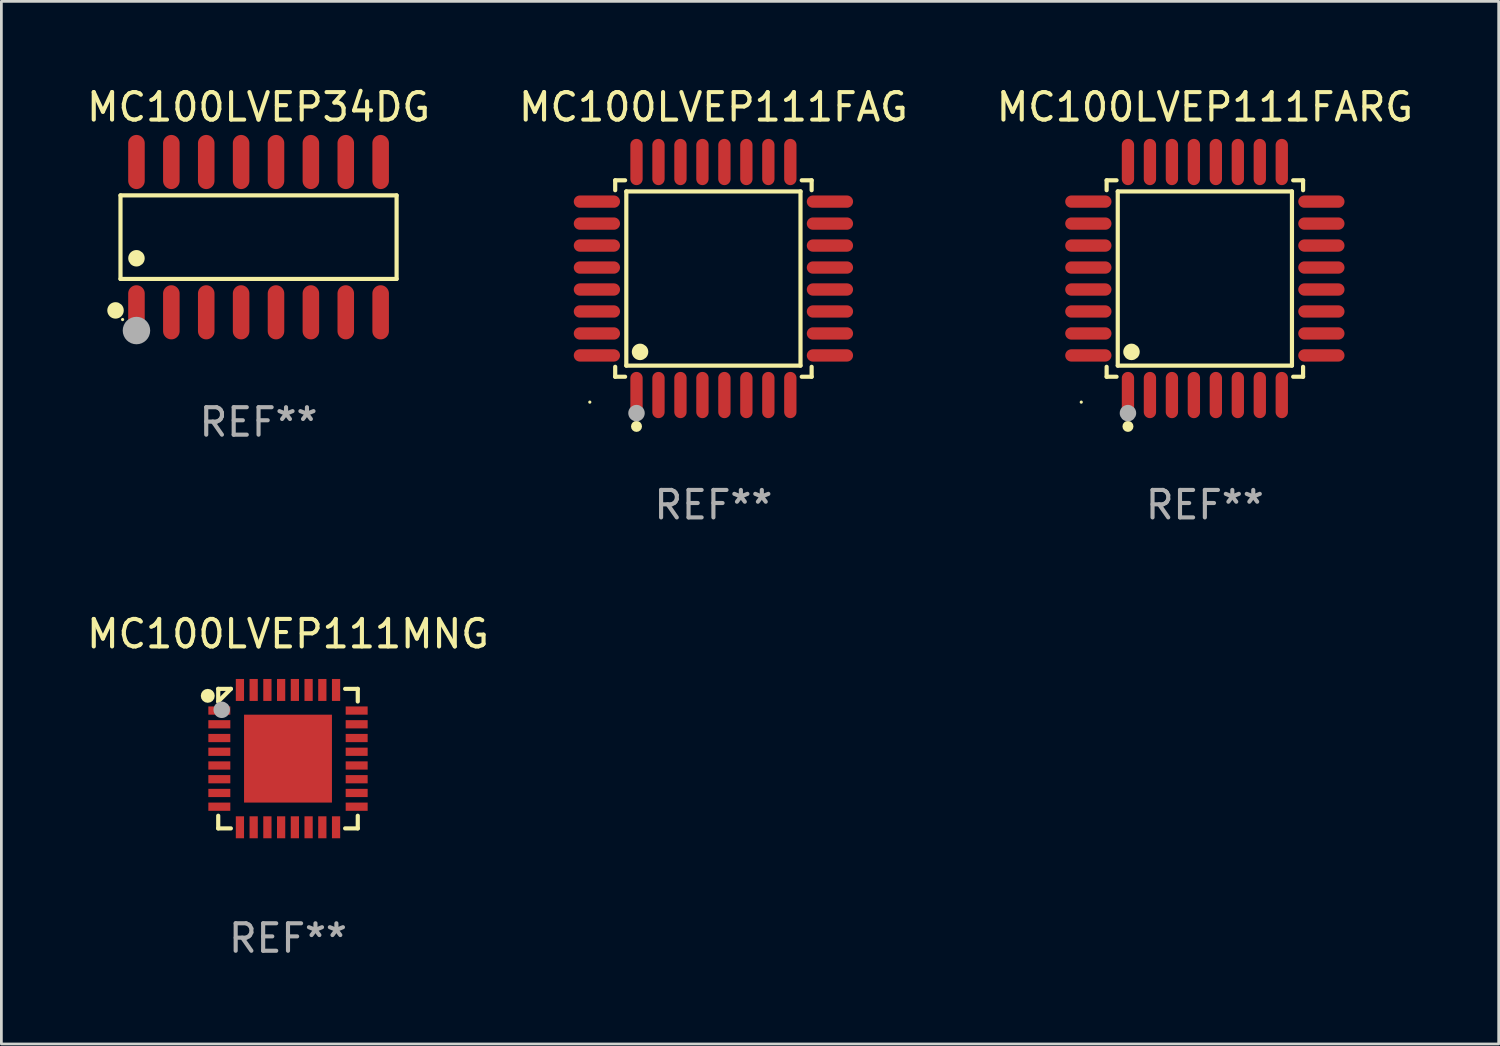
<source format=kicad_pcb>
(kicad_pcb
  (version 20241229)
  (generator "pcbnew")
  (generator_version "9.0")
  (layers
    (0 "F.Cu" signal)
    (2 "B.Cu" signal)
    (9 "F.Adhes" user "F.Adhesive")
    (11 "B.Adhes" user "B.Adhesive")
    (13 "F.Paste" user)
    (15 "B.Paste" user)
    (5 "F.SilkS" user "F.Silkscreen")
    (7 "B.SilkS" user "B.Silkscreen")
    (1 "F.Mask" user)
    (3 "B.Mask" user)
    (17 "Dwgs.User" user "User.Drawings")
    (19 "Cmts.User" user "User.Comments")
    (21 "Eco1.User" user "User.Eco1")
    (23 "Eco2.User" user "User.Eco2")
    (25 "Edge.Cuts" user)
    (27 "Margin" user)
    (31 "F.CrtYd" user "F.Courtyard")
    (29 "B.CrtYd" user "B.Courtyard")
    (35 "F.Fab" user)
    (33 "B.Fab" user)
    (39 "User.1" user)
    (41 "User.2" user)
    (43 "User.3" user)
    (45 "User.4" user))
  (footprint "MC100LVEP34DG"
    (layer "F.Cu")
    (at 6.363 5.584)
    (property "Reference" "MC100LVEP34DG" (at 0 -4.736 0) (layer "F.SilkS") (effects (font (size 1 1) (thickness 0.15))))
    (attr through_hole)
    (fp_line (start -5.026 -1.521) (end 5.026 -1.521) (stroke (width 0.152) (type solid)) (layer "F.SilkS"))
    (fp_line (start -5.026 1.521) (end -5.026 -1.521) (stroke (width 0.152) (type solid)) (layer "F.SilkS"))
    (fp_line (start 5.026 -1.521) (end 5.026 1.521) (stroke (width 0.152) (type solid)) (layer "F.SilkS"))
    (fp_line (start 5.026 1.521) (end -5.026 1.521) (stroke (width 0.152) (type solid)) (layer "F.SilkS"))
    (fp_circle (center -5.207 2.667) (end -5.057 2.667) (stroke (width 0.3) (type solid)) (fill no) (layer "F.SilkS"))
    (fp_circle (center -4.95 3) (end -4.92 3) (stroke (width 0.06) (type solid)) (fill no) (layer "F.SilkS"))
    (fp_circle (center -4.445 0.769) (end -4.295 0.769) (stroke (width 0.3) (type solid)) (fill no) (layer "F.SilkS"))
    (fp_circle (center -4.445 3.4) (end -4.195 3.4) (stroke (width 0.5) (type solid)) (fill no) (layer "F.Fab"))
    (fp_text user "REF**" (at 0 6.736 0) (layer "F.Fab") (effects (font (size 1 1) (thickness 0.15))))
    (pad "1" smd oval (at -4.445 2.736) (size 0.602 1.971) (layers "F.Cu" "F.Mask" "F.Paste"))
    (pad "2" smd oval (at -3.175 2.736) (size 0.602 1.971) (layers "F.Cu" "F.Mask" "F.Paste"))
    (pad "3" smd oval (at -1.905 2.736) (size 0.602 1.971) (layers "F.Cu" "F.Mask" "F.Paste"))
    (pad "4" smd oval (at -0.635 2.736) (size 0.602 1.971) (layers "F.Cu" "F.Mask" "F.Paste"))
    (pad "5" smd oval (at 0.635 2.736) (size 0.602 1.971) (layers "F.Cu" "F.Mask" "F.Paste"))
    (pad "6" smd oval (at 1.905 2.736) (size 0.602 1.971) (layers "F.Cu" "F.Mask" "F.Paste"))
    (pad "7" smd oval (at 3.175 2.736) (size 0.602 1.971) (layers "F.Cu" "F.Mask" "F.Paste"))
    (pad "8" smd oval (at 4.445 2.736) (size 0.602 1.971) (layers "F.Cu" "F.Mask" "F.Paste"))
    (pad "9" smd oval (at 4.445 -2.736) (size 0.602 1.971) (layers "F.Cu" "F.Mask" "F.Paste"))
    (pad "10" smd oval (at 3.175 -2.736) (size 0.602 1.971) (layers "F.Cu" "F.Mask" "F.Paste"))
    (pad "11" smd oval (at 1.905 -2.736) (size 0.602 1.971) (layers "F.Cu" "F.Mask" "F.Paste"))
    (pad "12" smd oval (at 0.635 -2.736) (size 0.602 1.971) (layers "F.Cu" "F.Mask" "F.Paste"))
    (pad "13" smd oval (at -0.635 -2.736) (size 0.602 1.971) (layers "F.Cu" "F.Mask" "F.Paste"))
    (pad "14" smd oval (at -1.905 -2.736) (size 0.602 1.971) (layers "F.Cu" "F.Mask" "F.Paste"))
    (pad "15" smd oval (at -3.175 -2.736) (size 0.602 1.971) (layers "F.Cu" "F.Mask" "F.Paste"))
    (pad "16" smd oval (at -4.445 -2.736) (size 0.602 1.971) (layers "F.Cu" "F.Mask" "F.Paste")))
  (footprint "MC100LVEP111MNG"
    (layer "F.Cu")
    (at 7.435 24.569)
    (property "Reference" "MC100LVEP111MNG" (at 0 -4.54 0) (layer "F.SilkS") (effects (font (size 1 1) (thickness 0.15))))
    (attr through_hole)
    (fp_line (start -2.54 -2.54) (end -2.08 -2.54) (stroke (width 0.152) (type solid)) (layer "F.SilkS"))
    (fp_line (start -2.54 -2.08) (end -2.54 -2.54) (stroke (width 0.152) (type solid)) (layer "F.SilkS"))
    (fp_line (start -2.54 -2.08) (end -2.08 -2.54) (stroke (width 0.152) (type solid)) (layer "F.SilkS"))
    (fp_line (start -2.54 2.54) (end -2.54 2.08) (stroke (width 0.152) (type solid)) (layer "F.SilkS"))
    (fp_line (start -2.08 2.54) (end -2.54 2.54) (stroke (width 0.152) (type solid)) (layer "F.SilkS"))
    (fp_line (start 2.08 -2.54) (end 2.54 -2.54) (stroke (width 0.152) (type solid)) (layer "F.SilkS"))
    (fp_line (start 2.54 -2.54) (end 2.54 -2.08) (stroke (width 0.152) (type solid)) (layer "F.SilkS"))
    (fp_line (start 2.54 2.08) (end 2.54 2.54) (stroke (width 0.152) (type solid)) (layer "F.SilkS"))
    (fp_line (start 2.54 2.54) (end 2.08 2.54) (stroke (width 0.152) (type solid)) (layer "F.SilkS"))
    (fp_circle (center -2.921 -2.286) (end -2.794 -2.286) (stroke (width 0.254) (type solid)) (fill no) (layer "F.SilkS"))
    (fp_circle (center -2.5 -2.5) (end -2.47 -2.5) (stroke (width 0.06) (type solid)) (fill no) (layer "F.SilkS"))
    (fp_circle (center -2.413 -1.778) (end -2.263 -1.778) (stroke (width 0.3) (type solid)) (fill no) (layer "F.Fab"))
    (fp_text user "REF**" (at 0 6.54 0) (layer "F.Fab") (effects (font (size 1 1) (thickness 0.15))))
    (pad "1" smd rect (at -2.5 -1.75 90) (size 0.3 0.8) (layers "F.Cu" "F.Mask" "F.Paste"))
    (pad "2" smd rect (at -2.5 -1.25 90) (size 0.3 0.8) (layers "F.Cu" "F.Mask" "F.Paste"))
    (pad "3" smd rect (at -2.5 -0.75 90) (size 0.3 0.8) (layers "F.Cu" "F.Mask" "F.Paste"))
    (pad "4" smd rect (at -2.5 -0.25 90) (size 0.3 0.8) (layers "F.Cu" "F.Mask" "F.Paste"))
    (pad "5" smd rect (at -2.5 0.25 90) (size 0.3 0.8) (layers "F.Cu" "F.Mask" "F.Paste"))
    (pad "6" smd rect (at -2.5 0.75 90) (size 0.3 0.8) (layers "F.Cu" "F.Mask" "F.Paste"))
    (pad "7" smd rect (at -2.5 1.25 90) (size 0.3 0.8) (layers "F.Cu" "F.Mask" "F.Paste"))
    (pad "8" smd rect (at -2.5 1.75 90) (size 0.3 0.8) (layers "F.Cu" "F.Mask" "F.Paste"))
    (pad "9" smd rect (at -1.75 2.5 180) (size 0.3 0.8) (layers "F.Cu" "F.Mask" "F.Paste"))
    (pad "10" smd rect (at -1.25 2.5 180) (size 0.3 0.8) (layers "F.Cu" "F.Mask" "F.Paste"))
    (pad "11" smd rect (at -0.75 2.5 180) (size 0.3 0.8) (layers "F.Cu" "F.Mask" "F.Paste"))
    (pad "12" smd rect (at -0.25 2.5 180) (size 0.3 0.8) (layers "F.Cu" "F.Mask" "F.Paste"))
    (pad "13" smd rect (at 0.25 2.5 180) (size 0.3 0.8) (layers "F.Cu" "F.Mask" "F.Paste"))
    (pad "14" smd rect (at 0.75 2.5 180) (size 0.3 0.8) (layers "F.Cu" "F.Mask" "F.Paste"))
    (pad "15" smd rect (at 1.25 2.5 180) (size 0.3 0.8) (layers "F.Cu" "F.Mask" "F.Paste"))
    (pad "16" smd rect (at 1.75 2.5 180) (size 0.3 0.8) (layers "F.Cu" "F.Mask" "F.Paste"))
    (pad "17" smd rect (at 2.5 1.75 270) (size 0.3 0.8) (layers "F.Cu" "F.Mask" "F.Paste"))
    (pad "18" smd rect (at 2.5 1.25 270) (size 0.3 0.8) (layers "F.Cu" "F.Mask" "F.Paste"))
    (pad "19" smd rect (at 2.5 0.75 270) (size 0.3 0.8) (layers "F.Cu" "F.Mask" "F.Paste"))
    (pad "20" smd rect (at 2.5 0.25 270) (size 0.3 0.8) (layers "F.Cu" "F.Mask" "F.Paste"))
    (pad "21" smd rect (at 2.5 -0.25 270) (size 0.3 0.8) (layers "F.Cu" "F.Mask" "F.Paste"))
    (pad "22" smd rect (at 2.5 -0.75 270) (size 0.3 0.8) (layers "F.Cu" "F.Mask" "F.Paste"))
    (pad "23" smd rect (at 2.5 -1.25 270) (size 0.3 0.8) (layers "F.Cu" "F.Mask" "F.Paste"))
    (pad "24" smd rect (at 2.5 -1.75 270) (size 0.3 0.8) (layers "F.Cu" "F.Mask" "F.Paste"))
    (pad "25" smd rect (at 1.75 -2.5) (size 0.3 0.8) (layers "F.Cu" "F.Mask" "F.Paste"))
    (pad "26" smd rect (at 1.25 -2.5) (size 0.3 0.8) (layers "F.Cu" "F.Mask" "F.Paste"))
    (pad "27" smd rect (at 0.75 -2.5) (size 0.3 0.8) (layers "F.Cu" "F.Mask" "F.Paste"))
    (pad "28" smd rect (at 0.25 -2.5) (size 0.3 0.8) (layers "F.Cu" "F.Mask" "F.Paste"))
    (pad "29" smd rect (at -0.25 -2.5) (size 0.3 0.8) (layers "F.Cu" "F.Mask" "F.Paste"))
    (pad "30" smd rect (at -0.75 -2.5) (size 0.3 0.8) (layers "F.Cu" "F.Mask" "F.Paste"))
    (pad "31" smd rect (at -1.25 -2.5) (size 0.3 0.8) (layers "F.Cu" "F.Mask" "F.Paste"))
    (pad "32" smd rect (at -1.75 -2.5) (size 0.3 0.8) (layers "F.Cu" "F.Mask" "F.Paste"))
    (pad "33" smd rect (at 0 0 90) (size 3.2 3.2) (layers "F.Cu" "F.Mask" "F.Paste")))
  (footprint "MC100LVEP111FARG"
    (layer "F.Cu")
    (at 40.815 7.09)
    (property "Reference" "MC100LVEP111FARG" (at 0 -6.242 0) (layer "F.SilkS") (effects (font (size 1 1) (thickness 0.15))))
    (attr through_hole)
    (fp_line (start -3.576 -3.576) (end -3.215 -3.576) (stroke (width 0.152) (type solid)) (layer "F.SilkS"))
    (fp_line (start -3.576 -3.215) (end -3.576 -3.576) (stroke (width 0.152) (type solid)) (layer "F.SilkS"))
    (fp_line (start -3.576 3.215) (end -3.576 3.576) (stroke (width 0.152) (type solid)) (layer "F.SilkS"))
    (fp_line (start -3.576 3.576) (end -3.215 3.576) (stroke (width 0.152) (type solid)) (layer "F.SilkS"))
    (fp_line (start -3.171 -3.171) (end 3.171 -3.171) (stroke (width 0.152) (type solid)) (layer "F.SilkS"))
    (fp_line (start -3.171 3.171) (end -3.171 -3.171) (stroke (width 0.152) (type solid)) (layer "F.SilkS"))
    (fp_line (start 3.171 -3.171) (end 3.171 3.171) (stroke (width 0.152) (type solid)) (layer "F.SilkS"))
    (fp_line (start 3.171 3.171) (end -3.171 3.171) (stroke (width 0.152) (type solid)) (layer "F.SilkS"))
    (fp_line (start 3.576 -3.576) (end 3.215 -3.576) (stroke (width 0.152) (type solid)) (layer "F.SilkS"))
    (fp_line (start 3.576 -3.215) (end 3.576 -3.576) (stroke (width 0.152) (type solid)) (layer "F.SilkS"))
    (fp_line (start 3.576 3.215) (end 3.576 3.576) (stroke (width 0.152) (type solid)) (layer "F.SilkS"))
    (fp_line (start 3.576 3.576) (end 3.215 3.576) (stroke (width 0.152) (type solid)) (layer "F.SilkS"))
    (fp_circle (center -4.5 4.5) (end -4.47 4.5) (stroke (width 0.06) (type solid)) (fill no) (layer "F.SilkS"))
    (fp_circle (center -2.8 5.384) (end -2.7 5.384) (stroke (width 0.2) (type solid)) (fill no) (layer "F.SilkS"))
    (fp_circle (center -2.671 2.671) (end -2.521 2.671) (stroke (width 0.3) (type solid)) (fill no) (layer "F.SilkS"))
    (fp_circle (center -2.8 4.9) (end -2.65 4.9) (stroke (width 0.3) (type solid)) (fill no) (layer "F.Fab"))
    (fp_text user "REF**" (at 0 8.242 0) (layer "F.Fab") (effects (font (size 1 1) (thickness 0.15))))
    (pad "1" smd oval (at -2.8 4.242) (size 0.448 1.684) (layers "F.Cu" "F.Mask" "F.Paste"))
    (pad "2" smd oval (at -2 4.242) (size 0.448 1.684) (layers "F.Cu" "F.Mask" "F.Paste"))
    (pad "3" smd oval (at -1.2 4.242) (size 0.448 1.684) (layers "F.Cu" "F.Mask" "F.Paste"))
    (pad "4" smd oval (at -0.4 4.242) (size 0.448 1.684) (layers "F.Cu" "F.Mask" "F.Paste"))
    (pad "5" smd oval (at 0.4 4.242) (size 0.448 1.684) (layers "F.Cu" "F.Mask" "F.Paste"))
    (pad "6" smd oval (at 1.2 4.242) (size 0.448 1.684) (layers "F.Cu" "F.Mask" "F.Paste"))
    (pad "7" smd oval (at 2 4.242) (size 0.448 1.684) (layers "F.Cu" "F.Mask" "F.Paste"))
    (pad "8" smd oval (at 2.8 4.242) (size 0.448 1.684) (layers "F.Cu" "F.Mask" "F.Paste"))
    (pad "9" smd oval (at 4.242 2.8) (size 1.684 0.448) (layers "F.Cu" "F.Mask" "F.Paste"))
    (pad "10" smd oval (at 4.242 2) (size 1.684 0.448) (layers "F.Cu" "F.Mask" "F.Paste"))
    (pad "11" smd oval (at 4.242 1.2) (size 1.684 0.448) (layers "F.Cu" "F.Mask" "F.Paste"))
    (pad "12" smd oval (at 4.242 0.4) (size 1.684 0.448) (layers "F.Cu" "F.Mask" "F.Paste"))
    (pad "13" smd oval (at 4.242 -0.4) (size 1.684 0.448) (layers "F.Cu" "F.Mask" "F.Paste"))
    (pad "14" smd oval (at 4.242 -1.2) (size 1.684 0.448) (layers "F.Cu" "F.Mask" "F.Paste"))
    (pad "15" smd oval (at 4.242 -2) (size 1.684 0.448) (layers "F.Cu" "F.Mask" "F.Paste"))
    (pad "16" smd oval (at 4.242 -2.8) (size 1.684 0.448) (layers "F.Cu" "F.Mask" "F.Paste"))
    (pad "17" smd oval (at 2.8 -4.242) (size 0.448 1.684) (layers "F.Cu" "F.Mask" "F.Paste"))
    (pad "18" smd oval (at 2 -4.242) (size 0.448 1.684) (layers "F.Cu" "F.Mask" "F.Paste"))
    (pad "19" smd oval (at 1.2 -4.242) (size 0.448 1.684) (layers "F.Cu" "F.Mask" "F.Paste"))
    (pad "20" smd oval (at 0.4 -4.242) (size 0.448 1.684) (layers "F.Cu" "F.Mask" "F.Paste"))
    (pad "21" smd oval (at -0.4 -4.242) (size 0.448 1.684) (layers "F.Cu" "F.Mask" "F.Paste"))
    (pad "22" smd oval (at -1.2 -4.242) (size 0.448 1.684) (layers "F.Cu" "F.Mask" "F.Paste"))
    (pad "23" smd oval (at -2 -4.242) (size 0.448 1.684) (layers "F.Cu" "F.Mask" "F.Paste"))
    (pad "24" smd oval (at -2.8 -4.242) (size 0.448 1.684) (layers "F.Cu" "F.Mask" "F.Paste"))
    (pad "25" smd oval (at -4.242 -2.8) (size 1.684 0.448) (layers "F.Cu" "F.Mask" "F.Paste"))
    (pad "26" smd oval (at -4.242 -2) (size 1.684 0.448) (layers "F.Cu" "F.Mask" "F.Paste"))
    (pad "27" smd oval (at -4.242 -1.2) (size 1.684 0.448) (layers "F.Cu" "F.Mask" "F.Paste"))
    (pad "28" smd oval (at -4.242 -0.4) (size 1.684 0.448) (layers "F.Cu" "F.Mask" "F.Paste"))
    (pad "29" smd oval (at -4.242 0.4) (size 1.684 0.448) (layers "F.Cu" "F.Mask" "F.Paste"))
    (pad "30" smd oval (at -4.242 1.2) (size 1.684 0.448) (layers "F.Cu" "F.Mask" "F.Paste"))
    (pad "31" smd oval (at -4.242 2) (size 1.684 0.448) (layers "F.Cu" "F.Mask" "F.Paste"))
    (pad "32" smd oval (at -4.242 2.8) (size 1.684 0.448) (layers "F.Cu" "F.Mask" "F.Paste")))
  (footprint "MC100LVEP111FAG"
    (layer "F.Cu")
    (at 22.923 7.09)
    (property "Reference" "MC100LVEP111FAG" (at 0 -6.242 0) (layer "F.SilkS") (effects (font (size 1 1) (thickness 0.15))))
    (attr through_hole)
    (fp_line (start -3.576 -3.576) (end -3.215 -3.576) (stroke (width 0.152) (type solid)) (layer "F.SilkS"))
    (fp_line (start -3.576 -3.215) (end -3.576 -3.576) (stroke (width 0.152) (type solid)) (layer "F.SilkS"))
    (fp_line (start -3.576 3.215) (end -3.576 3.576) (stroke (width 0.152) (type solid)) (layer "F.SilkS"))
    (fp_line (start -3.576 3.576) (end -3.215 3.576) (stroke (width 0.152) (type solid)) (layer "F.SilkS"))
    (fp_line (start -3.171 -3.171) (end 3.171 -3.171) (stroke (width 0.152) (type solid)) (layer "F.SilkS"))
    (fp_line (start -3.171 3.171) (end -3.171 -3.171) (stroke (width 0.152) (type solid)) (layer "F.SilkS"))
    (fp_line (start 3.171 -3.171) (end 3.171 3.171) (stroke (width 0.152) (type solid)) (layer "F.SilkS"))
    (fp_line (start 3.171 3.171) (end -3.171 3.171) (stroke (width 0.152) (type solid)) (layer "F.SilkS"))
    (fp_line (start 3.576 -3.576) (end 3.215 -3.576) (stroke (width 0.152) (type solid)) (layer "F.SilkS"))
    (fp_line (start 3.576 -3.215) (end 3.576 -3.576) (stroke (width 0.152) (type solid)) (layer "F.SilkS"))
    (fp_line (start 3.576 3.215) (end 3.576 3.576) (stroke (width 0.152) (type solid)) (layer "F.SilkS"))
    (fp_line (start 3.576 3.576) (end 3.215 3.576) (stroke (width 0.152) (type solid)) (layer "F.SilkS"))
    (fp_circle (center -4.5 4.5) (end -4.47 4.5) (stroke (width 0.06) (type solid)) (fill no) (layer "F.SilkS"))
    (fp_circle (center -2.8 5.384) (end -2.7 5.384) (stroke (width 0.2) (type solid)) (fill no) (layer "F.SilkS"))
    (fp_circle (center -2.671 2.671) (end -2.521 2.671) (stroke (width 0.3) (type solid)) (fill no) (layer "F.SilkS"))
    (fp_circle (center -2.8 4.9) (end -2.65 4.9) (stroke (width 0.3) (type solid)) (fill no) (layer "F.Fab"))
    (fp_text user "REF**" (at 0 8.242 0) (layer "F.Fab") (effects (font (size 1 1) (thickness 0.15))))
    (pad "1" smd oval (at -2.8 4.242) (size 0.448 1.684) (layers "F.Cu" "F.Mask" "F.Paste"))
    (pad "2" smd oval (at -2 4.242) (size 0.448 1.684) (layers "F.Cu" "F.Mask" "F.Paste"))
    (pad "3" smd oval (at -1.2 4.242) (size 0.448 1.684) (layers "F.Cu" "F.Mask" "F.Paste"))
    (pad "4" smd oval (at -0.4 4.242) (size 0.448 1.684) (layers "F.Cu" "F.Mask" "F.Paste"))
    (pad "5" smd oval (at 0.4 4.242) (size 0.448 1.684) (layers "F.Cu" "F.Mask" "F.Paste"))
    (pad "6" smd oval (at 1.2 4.242) (size 0.448 1.684) (layers "F.Cu" "F.Mask" "F.Paste"))
    (pad "7" smd oval (at 2 4.242) (size 0.448 1.684) (layers "F.Cu" "F.Mask" "F.Paste"))
    (pad "8" smd oval (at 2.8 4.242) (size 0.448 1.684) (layers "F.Cu" "F.Mask" "F.Paste"))
    (pad "9" smd oval (at 4.242 2.8) (size 1.684 0.448) (layers "F.Cu" "F.Mask" "F.Paste"))
    (pad "10" smd oval (at 4.242 2) (size 1.684 0.448) (layers "F.Cu" "F.Mask" "F.Paste"))
    (pad "11" smd oval (at 4.242 1.2) (size 1.684 0.448) (layers "F.Cu" "F.Mask" "F.Paste"))
    (pad "12" smd oval (at 4.242 0.4) (size 1.684 0.448) (layers "F.Cu" "F.Mask" "F.Paste"))
    (pad "13" smd oval (at 4.242 -0.4) (size 1.684 0.448) (layers "F.Cu" "F.Mask" "F.Paste"))
    (pad "14" smd oval (at 4.242 -1.2) (size 1.684 0.448) (layers "F.Cu" "F.Mask" "F.Paste"))
    (pad "15" smd oval (at 4.242 -2) (size 1.684 0.448) (layers "F.Cu" "F.Mask" "F.Paste"))
    (pad "16" smd oval (at 4.242 -2.8) (size 1.684 0.448) (layers "F.Cu" "F.Mask" "F.Paste"))
    (pad "17" smd oval (at 2.8 -4.242) (size 0.448 1.684) (layers "F.Cu" "F.Mask" "F.Paste"))
    (pad "18" smd oval (at 2 -4.242) (size 0.448 1.684) (layers "F.Cu" "F.Mask" "F.Paste"))
    (pad "19" smd oval (at 1.2 -4.242) (size 0.448 1.684) (layers "F.Cu" "F.Mask" "F.Paste"))
    (pad "20" smd oval (at 0.4 -4.242) (size 0.448 1.684) (layers "F.Cu" "F.Mask" "F.Paste"))
    (pad "21" smd oval (at -0.4 -4.242) (size 0.448 1.684) (layers "F.Cu" "F.Mask" "F.Paste"))
    (pad "22" smd oval (at -1.2 -4.242) (size 0.448 1.684) (layers "F.Cu" "F.Mask" "F.Paste"))
    (pad "23" smd oval (at -2 -4.242) (size 0.448 1.684) (layers "F.Cu" "F.Mask" "F.Paste"))
    (pad "24" smd oval (at -2.8 -4.242) (size 0.448 1.684) (layers "F.Cu" "F.Mask" "F.Paste"))
    (pad "25" smd oval (at -4.242 -2.8) (size 1.684 0.448) (layers "F.Cu" "F.Mask" "F.Paste"))
    (pad "26" smd oval (at -4.242 -2) (size 1.684 0.448) (layers "F.Cu" "F.Mask" "F.Paste"))
    (pad "27" smd oval (at -4.242 -1.2) (size 1.684 0.448) (layers "F.Cu" "F.Mask" "F.Paste"))
    (pad "28" smd oval (at -4.242 -0.4) (size 1.684 0.448) (layers "F.Cu" "F.Mask" "F.Paste"))
    (pad "29" smd oval (at -4.242 0.4) (size 1.684 0.448) (layers "F.Cu" "F.Mask" "F.Paste"))
    (pad "30" smd oval (at -4.242 1.2) (size 1.684 0.448) (layers "F.Cu" "F.Mask" "F.Paste"))
    (pad "31" smd oval (at -4.242 2) (size 1.684 0.448) (layers "F.Cu" "F.Mask" "F.Paste"))
    (pad "32" smd oval (at -4.242 2.8) (size 1.684 0.448) (layers "F.Cu" "F.Mask" "F.Paste")))
  (gr_rect
    (start -3 -3)
    (end 51.512 34.957)
    (stroke (width 0.1) (type default))
    (fill no)
    (layer "Edge.Cuts")))
</source>
